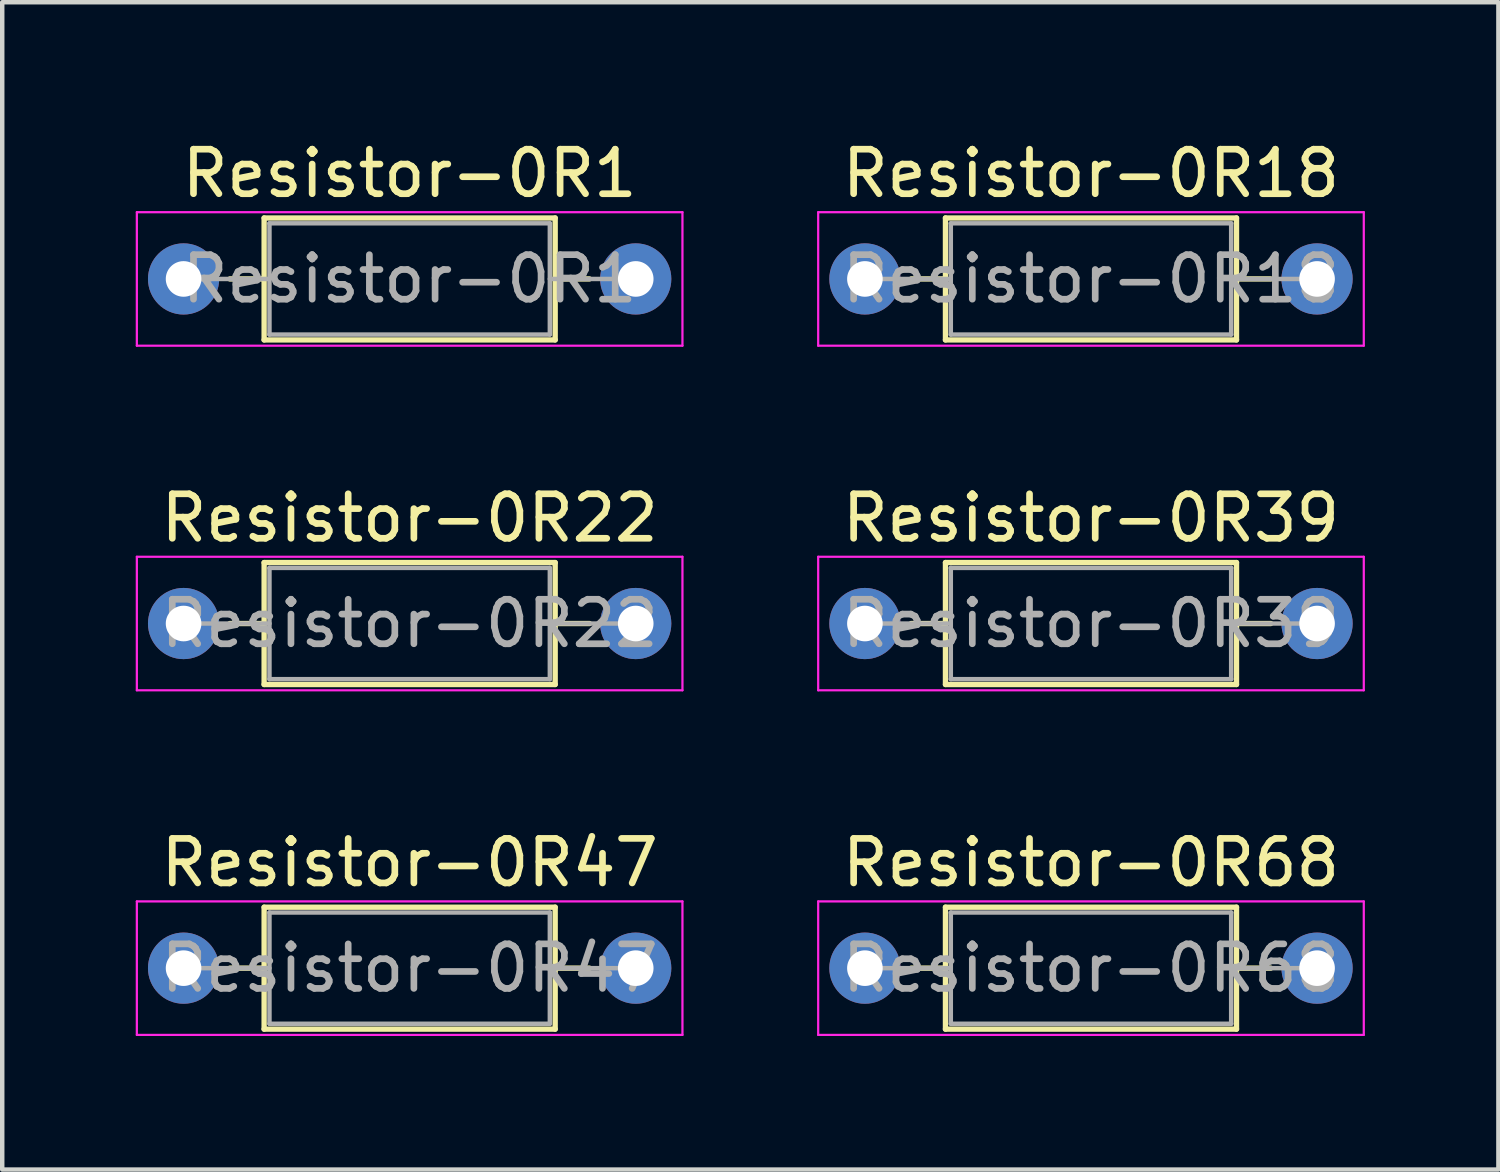
<source format=kicad_pcb>
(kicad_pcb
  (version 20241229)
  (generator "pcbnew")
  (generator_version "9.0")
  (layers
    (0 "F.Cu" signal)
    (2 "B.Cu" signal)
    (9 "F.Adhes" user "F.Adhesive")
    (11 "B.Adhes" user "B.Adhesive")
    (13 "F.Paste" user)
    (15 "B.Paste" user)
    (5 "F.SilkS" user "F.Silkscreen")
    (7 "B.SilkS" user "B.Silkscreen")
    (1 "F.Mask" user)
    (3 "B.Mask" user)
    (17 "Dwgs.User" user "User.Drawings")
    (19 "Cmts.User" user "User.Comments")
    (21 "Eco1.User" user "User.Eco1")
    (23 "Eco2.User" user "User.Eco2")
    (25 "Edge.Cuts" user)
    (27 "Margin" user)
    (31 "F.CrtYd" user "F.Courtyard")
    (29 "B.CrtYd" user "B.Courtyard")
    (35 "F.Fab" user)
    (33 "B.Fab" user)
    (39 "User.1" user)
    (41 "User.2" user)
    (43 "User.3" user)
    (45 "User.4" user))
  (footprint "Resistor-0R18"
    (layer "F.Cu")
    (at 21.465 3.218)
    (property "Reference" "Resistor-0R18" (at 0 -2.37 0) (layer "F.SilkS") (effects (font (size 1 1) (thickness 0.15))))
    (attr through_hole)
    (fp_line (start -4.04 0) (end -3.27 0) (stroke (width 0.12) (type solid)) (layer "F.SilkS"))
    (fp_line (start -3.27 -1.37) (end -3.27 1.37) (stroke (width 0.12) (type solid)) (layer "F.SilkS"))
    (fp_line (start -3.27 1.37) (end 3.27 1.37) (stroke (width 0.12) (type solid)) (layer "F.SilkS"))
    (fp_line (start 3.27 -1.37) (end -3.27 -1.37) (stroke (width 0.12) (type solid)) (layer "F.SilkS"))
    (fp_line (start 3.27 1.37) (end 3.27 -1.37) (stroke (width 0.12) (type solid)) (layer "F.SilkS"))
    (fp_line (start 4.04 0) (end 3.27 0) (stroke (width 0.12) (type solid)) (layer "F.SilkS"))
    (fp_line (start -6.13 -1.5) (end -6.13 1.5) (stroke (width 0.05) (type solid)) (layer "F.CrtYd"))
    (fp_line (start -6.13 1.5) (end 6.13 1.5) (stroke (width 0.05) (type solid)) (layer "F.CrtYd"))
    (fp_line (start 6.13 -1.5) (end -6.13 -1.5) (stroke (width 0.05) (type solid)) (layer "F.CrtYd"))
    (fp_line (start 6.13 1.5) (end 6.13 -1.5) (stroke (width 0.05) (type solid)) (layer "F.CrtYd"))
    (fp_line (start -5.08 0) (end -3.15 0) (stroke (width 0.1) (type solid)) (layer "F.Fab"))
    (fp_line (start -3.15 -1.25) (end -3.15 1.25) (stroke (width 0.1) (type solid)) (layer "F.Fab"))
    (fp_line (start -3.15 1.25) (end 3.15 1.25) (stroke (width 0.1) (type solid)) (layer "F.Fab"))
    (fp_line (start 3.15 -1.25) (end -3.15 -1.25) (stroke (width 0.1) (type solid)) (layer "F.Fab"))
    (fp_line (start 3.15 1.25) (end 3.15 -1.25) (stroke (width 0.1) (type solid)) (layer "F.Fab"))
    (fp_line (start 5.08 0) (end 3.15 0) (stroke (width 0.1) (type solid)) (layer "F.Fab"))
    (fp_text user "${REFERENCE}" (at 0 0 0) (layer "F.Fab") (effects (font (size 1 1) (thickness 0.15))))
    (pad "1" thru_hole circle (at -5.08 0) (size 1.6 1.6) (drill 0.8) (layers "*.Cu" "*.Mask"))
    (pad "2" thru_hole oval (at 5.08 0) (size 1.6 1.6) (drill 0.8) (layers "*.Cu" "*.Mask")))
  (footprint "Resistor-0R39"
    (layer "F.Cu")
    (at 21.465 10.961)
    (property "Reference" "Resistor-0R39" (at 0 -2.37 0) (layer "F.SilkS") (effects (font (size 1 1) (thickness 0.15))))
    (attr through_hole)
    (fp_line (start -4.04 0) (end -3.27 0) (stroke (width 0.12) (type solid)) (layer "F.SilkS"))
    (fp_line (start -3.27 -1.37) (end -3.27 1.37) (stroke (width 0.12) (type solid)) (layer "F.SilkS"))
    (fp_line (start -3.27 1.37) (end 3.27 1.37) (stroke (width 0.12) (type solid)) (layer "F.SilkS"))
    (fp_line (start 3.27 -1.37) (end -3.27 -1.37) (stroke (width 0.12) (type solid)) (layer "F.SilkS"))
    (fp_line (start 3.27 1.37) (end 3.27 -1.37) (stroke (width 0.12) (type solid)) (layer "F.SilkS"))
    (fp_line (start 4.04 0) (end 3.27 0) (stroke (width 0.12) (type solid)) (layer "F.SilkS"))
    (fp_line (start -6.13 -1.5) (end -6.13 1.5) (stroke (width 0.05) (type solid)) (layer "F.CrtYd"))
    (fp_line (start -6.13 1.5) (end 6.13 1.5) (stroke (width 0.05) (type solid)) (layer "F.CrtYd"))
    (fp_line (start 6.13 -1.5) (end -6.13 -1.5) (stroke (width 0.05) (type solid)) (layer "F.CrtYd"))
    (fp_line (start 6.13 1.5) (end 6.13 -1.5) (stroke (width 0.05) (type solid)) (layer "F.CrtYd"))
    (fp_line (start -5.08 0) (end -3.15 0) (stroke (width 0.1) (type solid)) (layer "F.Fab"))
    (fp_line (start -3.15 -1.25) (end -3.15 1.25) (stroke (width 0.1) (type solid)) (layer "F.Fab"))
    (fp_line (start -3.15 1.25) (end 3.15 1.25) (stroke (width 0.1) (type solid)) (layer "F.Fab"))
    (fp_line (start 3.15 -1.25) (end -3.15 -1.25) (stroke (width 0.1) (type solid)) (layer "F.Fab"))
    (fp_line (start 3.15 1.25) (end 3.15 -1.25) (stroke (width 0.1) (type solid)) (layer "F.Fab"))
    (fp_line (start 5.08 0) (end 3.15 0) (stroke (width 0.1) (type solid)) (layer "F.Fab"))
    (fp_text user "${REFERENCE}" (at 0 0 0) (layer "F.Fab") (effects (font (size 1 1) (thickness 0.15))))
    (pad "1" thru_hole circle (at -5.08 0) (size 1.6 1.6) (drill 0.8) (layers "*.Cu" "*.Mask"))
    (pad "2" thru_hole oval (at 5.08 0) (size 1.6 1.6) (drill 0.8) (layers "*.Cu" "*.Mask")))
  (footprint "Resistor-0R47"
    (layer "F.Cu")
    (at 6.155 18.705)
    (property "Reference" "Resistor-0R47" (at 0 -2.37 0) (layer "F.SilkS") (effects (font (size 1 1) (thickness 0.15))))
    (attr through_hole)
    (fp_line (start -4.04 0) (end -3.27 0) (stroke (width 0.12) (type solid)) (layer "F.SilkS"))
    (fp_line (start -3.27 -1.37) (end -3.27 1.37) (stroke (width 0.12) (type solid)) (layer "F.SilkS"))
    (fp_line (start -3.27 1.37) (end 3.27 1.37) (stroke (width 0.12) (type solid)) (layer "F.SilkS"))
    (fp_line (start 3.27 -1.37) (end -3.27 -1.37) (stroke (width 0.12) (type solid)) (layer "F.SilkS"))
    (fp_line (start 3.27 1.37) (end 3.27 -1.37) (stroke (width 0.12) (type solid)) (layer "F.SilkS"))
    (fp_line (start 4.04 0) (end 3.27 0) (stroke (width 0.12) (type solid)) (layer "F.SilkS"))
    (fp_line (start -6.13 -1.5) (end -6.13 1.5) (stroke (width 0.05) (type solid)) (layer "F.CrtYd"))
    (fp_line (start -6.13 1.5) (end 6.13 1.5) (stroke (width 0.05) (type solid)) (layer "F.CrtYd"))
    (fp_line (start 6.13 -1.5) (end -6.13 -1.5) (stroke (width 0.05) (type solid)) (layer "F.CrtYd"))
    (fp_line (start 6.13 1.5) (end 6.13 -1.5) (stroke (width 0.05) (type solid)) (layer "F.CrtYd"))
    (fp_line (start -5.08 0) (end -3.15 0) (stroke (width 0.1) (type solid)) (layer "F.Fab"))
    (fp_line (start -3.15 -1.25) (end -3.15 1.25) (stroke (width 0.1) (type solid)) (layer "F.Fab"))
    (fp_line (start -3.15 1.25) (end 3.15 1.25) (stroke (width 0.1) (type solid)) (layer "F.Fab"))
    (fp_line (start 3.15 -1.25) (end -3.15 -1.25) (stroke (width 0.1) (type solid)) (layer "F.Fab"))
    (fp_line (start 3.15 1.25) (end 3.15 -1.25) (stroke (width 0.1) (type solid)) (layer "F.Fab"))
    (fp_line (start 5.08 0) (end 3.15 0) (stroke (width 0.1) (type solid)) (layer "F.Fab"))
    (fp_text user "${REFERENCE}" (at 0 0 0) (layer "F.Fab") (effects (font (size 1 1) (thickness 0.15))))
    (pad "1" thru_hole circle (at -5.08 0) (size 1.6 1.6) (drill 0.8) (layers "*.Cu" "*.Mask"))
    (pad "2" thru_hole oval (at 5.08 0) (size 1.6 1.6) (drill 0.8) (layers "*.Cu" "*.Mask")))
  (footprint "Resistor-0R22"
    (layer "F.Cu")
    (at 6.155 10.961)
    (property "Reference" "Resistor-0R22" (at 0 -2.37 0) (layer "F.SilkS") (effects (font (size 1 1) (thickness 0.15))))
    (attr through_hole)
    (fp_line (start -4.04 0) (end -3.27 0) (stroke (width 0.12) (type solid)) (layer "F.SilkS"))
    (fp_line (start -3.27 -1.37) (end -3.27 1.37) (stroke (width 0.12) (type solid)) (layer "F.SilkS"))
    (fp_line (start -3.27 1.37) (end 3.27 1.37) (stroke (width 0.12) (type solid)) (layer "F.SilkS"))
    (fp_line (start 3.27 -1.37) (end -3.27 -1.37) (stroke (width 0.12) (type solid)) (layer "F.SilkS"))
    (fp_line (start 3.27 1.37) (end 3.27 -1.37) (stroke (width 0.12) (type solid)) (layer "F.SilkS"))
    (fp_line (start 4.04 0) (end 3.27 0) (stroke (width 0.12) (type solid)) (layer "F.SilkS"))
    (fp_line (start -6.13 -1.5) (end -6.13 1.5) (stroke (width 0.05) (type solid)) (layer "F.CrtYd"))
    (fp_line (start -6.13 1.5) (end 6.13 1.5) (stroke (width 0.05) (type solid)) (layer "F.CrtYd"))
    (fp_line (start 6.13 -1.5) (end -6.13 -1.5) (stroke (width 0.05) (type solid)) (layer "F.CrtYd"))
    (fp_line (start 6.13 1.5) (end 6.13 -1.5) (stroke (width 0.05) (type solid)) (layer "F.CrtYd"))
    (fp_line (start -5.08 0) (end -3.15 0) (stroke (width 0.1) (type solid)) (layer "F.Fab"))
    (fp_line (start -3.15 -1.25) (end -3.15 1.25) (stroke (width 0.1) (type solid)) (layer "F.Fab"))
    (fp_line (start -3.15 1.25) (end 3.15 1.25) (stroke (width 0.1) (type solid)) (layer "F.Fab"))
    (fp_line (start 3.15 -1.25) (end -3.15 -1.25) (stroke (width 0.1) (type solid)) (layer "F.Fab"))
    (fp_line (start 3.15 1.25) (end 3.15 -1.25) (stroke (width 0.1) (type solid)) (layer "F.Fab"))
    (fp_line (start 5.08 0) (end 3.15 0) (stroke (width 0.1) (type solid)) (layer "F.Fab"))
    (fp_text user "${REFERENCE}" (at 0 0 0) (layer "F.Fab") (effects (font (size 1 1) (thickness 0.15))))
    (pad "1" thru_hole circle (at -5.08 0) (size 1.6 1.6) (drill 0.8) (layers "*.Cu" "*.Mask"))
    (pad "2" thru_hole oval (at 5.08 0) (size 1.6 1.6) (drill 0.8) (layers "*.Cu" "*.Mask")))
  (footprint "Resistor-0R68"
    (layer "F.Cu")
    (at 21.465 18.705)
    (property "Reference" "Resistor-0R68" (at 0 -2.37 0) (layer "F.SilkS") (effects (font (size 1 1) (thickness 0.15))))
    (attr through_hole)
    (fp_line (start -4.04 0) (end -3.27 0) (stroke (width 0.12) (type solid)) (layer "F.SilkS"))
    (fp_line (start -3.27 -1.37) (end -3.27 1.37) (stroke (width 0.12) (type solid)) (layer "F.SilkS"))
    (fp_line (start -3.27 1.37) (end 3.27 1.37) (stroke (width 0.12) (type solid)) (layer "F.SilkS"))
    (fp_line (start 3.27 -1.37) (end -3.27 -1.37) (stroke (width 0.12) (type solid)) (layer "F.SilkS"))
    (fp_line (start 3.27 1.37) (end 3.27 -1.37) (stroke (width 0.12) (type solid)) (layer "F.SilkS"))
    (fp_line (start 4.04 0) (end 3.27 0) (stroke (width 0.12) (type solid)) (layer "F.SilkS"))
    (fp_line (start -6.13 -1.5) (end -6.13 1.5) (stroke (width 0.05) (type solid)) (layer "F.CrtYd"))
    (fp_line (start -6.13 1.5) (end 6.13 1.5) (stroke (width 0.05) (type solid)) (layer "F.CrtYd"))
    (fp_line (start 6.13 -1.5) (end -6.13 -1.5) (stroke (width 0.05) (type solid)) (layer "F.CrtYd"))
    (fp_line (start 6.13 1.5) (end 6.13 -1.5) (stroke (width 0.05) (type solid)) (layer "F.CrtYd"))
    (fp_line (start -5.08 0) (end -3.15 0) (stroke (width 0.1) (type solid)) (layer "F.Fab"))
    (fp_line (start -3.15 -1.25) (end -3.15 1.25) (stroke (width 0.1) (type solid)) (layer "F.Fab"))
    (fp_line (start -3.15 1.25) (end 3.15 1.25) (stroke (width 0.1) (type solid)) (layer "F.Fab"))
    (fp_line (start 3.15 -1.25) (end -3.15 -1.25) (stroke (width 0.1) (type solid)) (layer "F.Fab"))
    (fp_line (start 3.15 1.25) (end 3.15 -1.25) (stroke (width 0.1) (type solid)) (layer "F.Fab"))
    (fp_line (start 5.08 0) (end 3.15 0) (stroke (width 0.1) (type solid)) (layer "F.Fab"))
    (fp_text user "${REFERENCE}" (at 0 0 0) (layer "F.Fab") (effects (font (size 1 1) (thickness 0.15))))
    (pad "1" thru_hole circle (at -5.08 0) (size 1.6 1.6) (drill 0.8) (layers "*.Cu" "*.Mask"))
    (pad "2" thru_hole oval (at 5.08 0) (size 1.6 1.6) (drill 0.8) (layers "*.Cu" "*.Mask")))
  (footprint "Resistor-0R1"
    (layer "F.Cu")
    (at 6.155 3.218)
    (property "Reference" "Resistor-0R1" (at 0 -2.37 0) (layer "F.SilkS") (effects (font (size 1 1) (thickness 0.15))))
    (attr through_hole)
    (fp_line (start -4.04 0) (end -3.27 0) (stroke (width 0.12) (type solid)) (layer "F.SilkS"))
    (fp_line (start -3.27 -1.37) (end -3.27 1.37) (stroke (width 0.12) (type solid)) (layer "F.SilkS"))
    (fp_line (start -3.27 1.37) (end 3.27 1.37) (stroke (width 0.12) (type solid)) (layer "F.SilkS"))
    (fp_line (start 3.27 -1.37) (end -3.27 -1.37) (stroke (width 0.12) (type solid)) (layer "F.SilkS"))
    (fp_line (start 3.27 1.37) (end 3.27 -1.37) (stroke (width 0.12) (type solid)) (layer "F.SilkS"))
    (fp_line (start 4.04 0) (end 3.27 0) (stroke (width 0.12) (type solid)) (layer "F.SilkS"))
    (fp_line (start -6.13 -1.5) (end -6.13 1.5) (stroke (width 0.05) (type solid)) (layer "F.CrtYd"))
    (fp_line (start -6.13 1.5) (end 6.13 1.5) (stroke (width 0.05) (type solid)) (layer "F.CrtYd"))
    (fp_line (start 6.13 -1.5) (end -6.13 -1.5) (stroke (width 0.05) (type solid)) (layer "F.CrtYd"))
    (fp_line (start 6.13 1.5) (end 6.13 -1.5) (stroke (width 0.05) (type solid)) (layer "F.CrtYd"))
    (fp_line (start -5.08 0) (end -3.15 0) (stroke (width 0.1) (type solid)) (layer "F.Fab"))
    (fp_line (start -3.15 -1.25) (end -3.15 1.25) (stroke (width 0.1) (type solid)) (layer "F.Fab"))
    (fp_line (start -3.15 1.25) (end 3.15 1.25) (stroke (width 0.1) (type solid)) (layer "F.Fab"))
    (fp_line (start 3.15 -1.25) (end -3.15 -1.25) (stroke (width 0.1) (type solid)) (layer "F.Fab"))
    (fp_line (start 3.15 1.25) (end 3.15 -1.25) (stroke (width 0.1) (type solid)) (layer "F.Fab"))
    (fp_line (start 5.08 0) (end 3.15 0) (stroke (width 0.1) (type solid)) (layer "F.Fab"))
    (fp_text user "${REFERENCE}" (at 0 0 0) (layer "F.Fab") (effects (font (size 1 1) (thickness 0.15))))
    (pad "1" thru_hole circle (at -5.08 0) (size 1.6 1.6) (drill 0.8) (layers "*.Cu" "*.Mask"))
    (pad "2" thru_hole oval (at 5.08 0) (size 1.6 1.6) (drill 0.8) (layers "*.Cu" "*.Mask")))
  (gr_rect
    (start -3 -3)
    (end 30.62 23.23)
    (stroke (width 0.1) (type default))
    (fill no)
    (layer "Edge.Cuts")))
</source>
